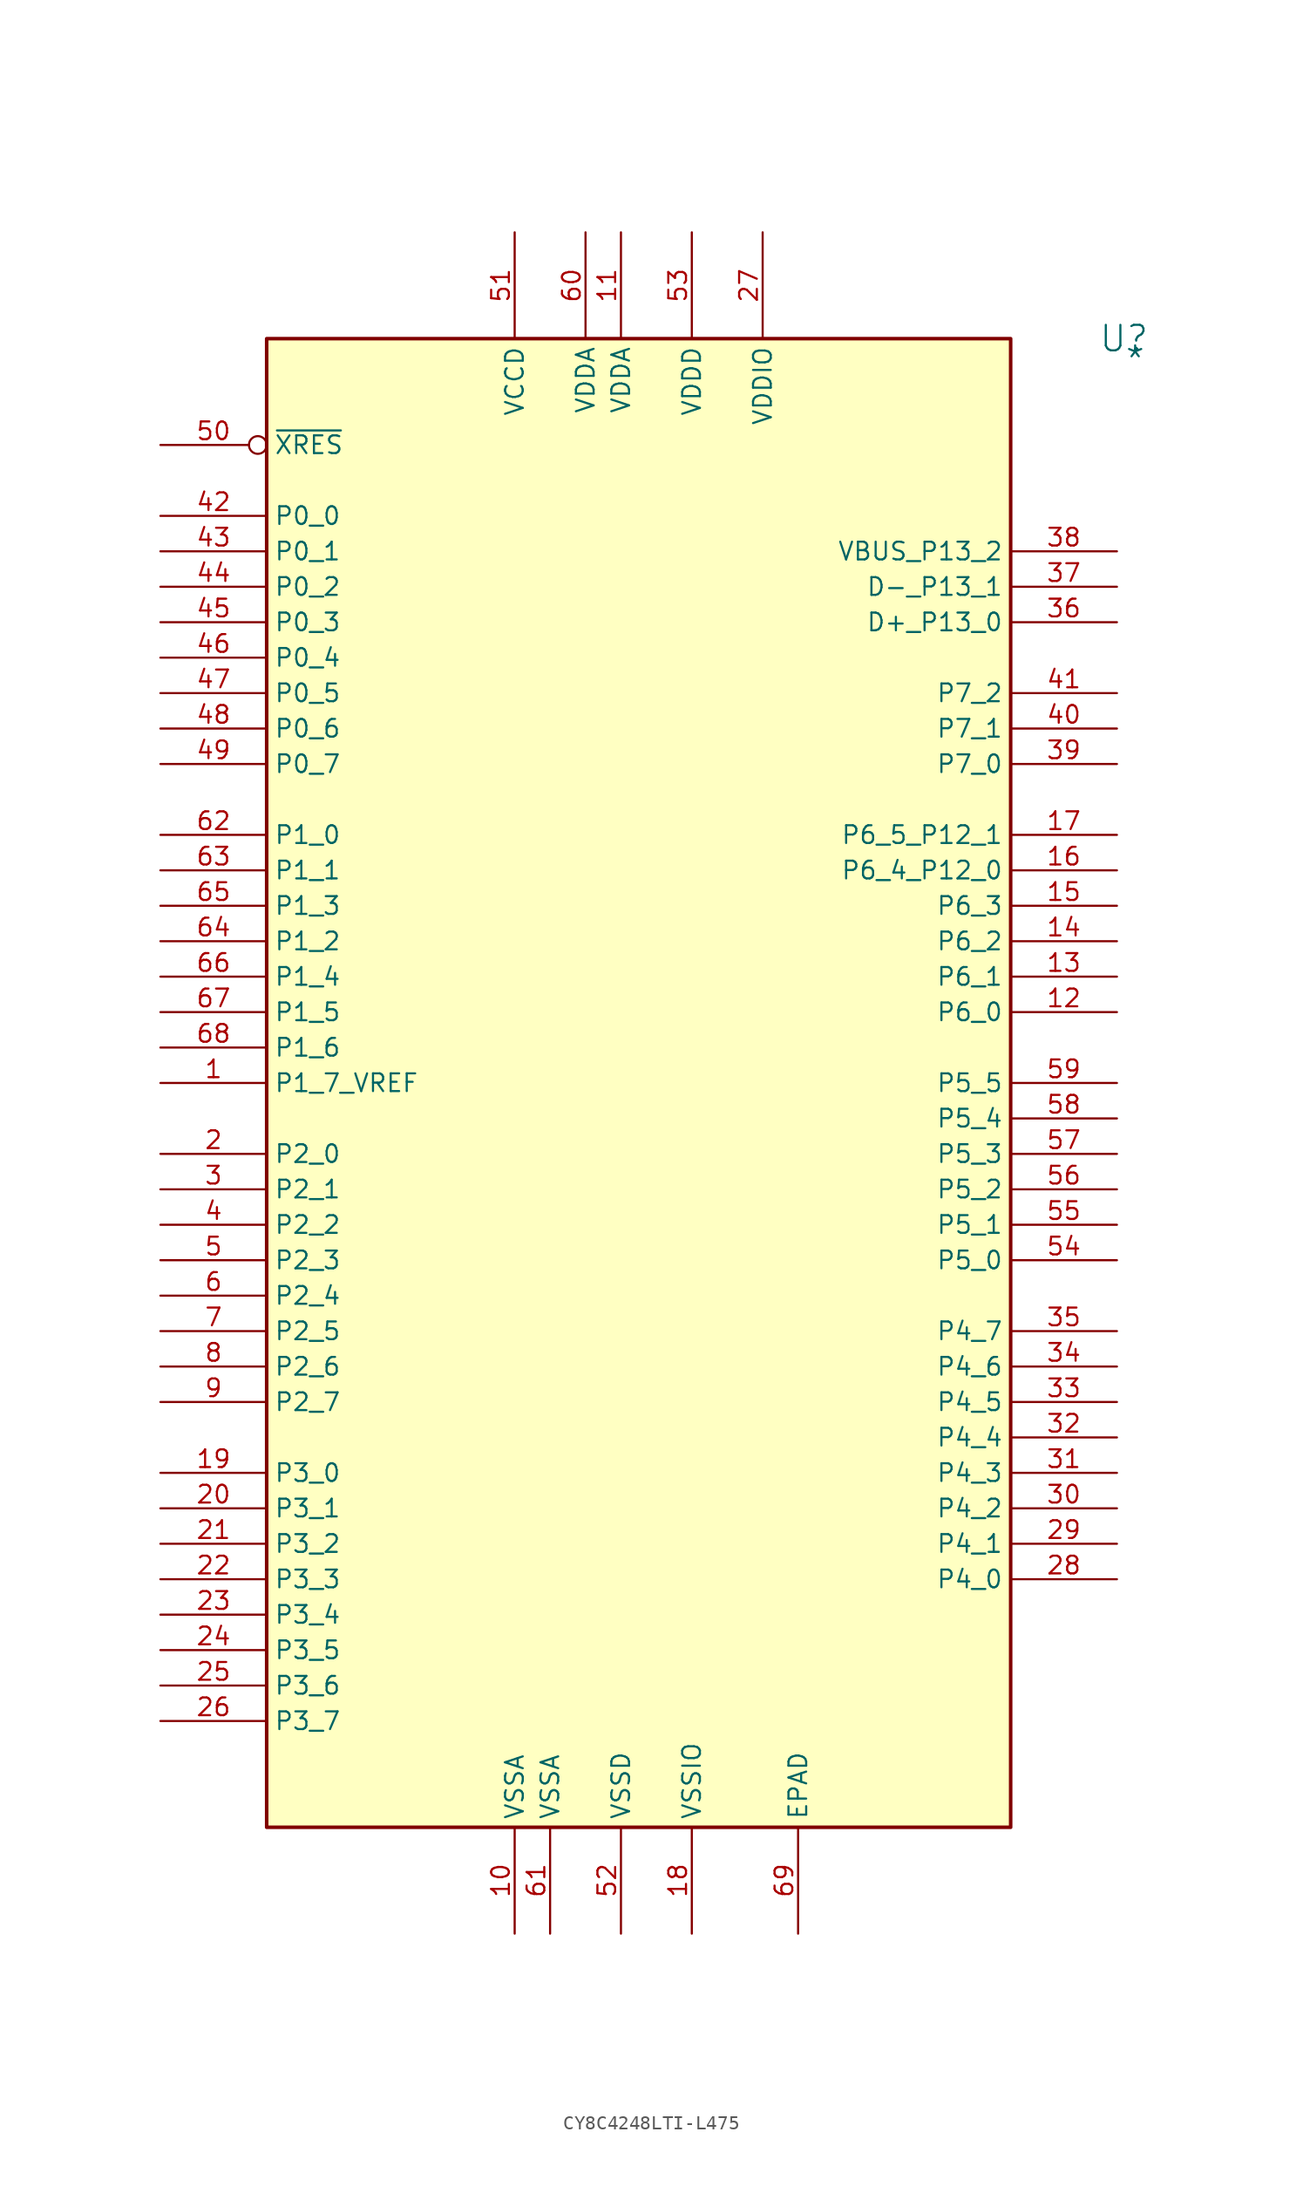
<source format=kicad_sym>
(kicad_symbol_lib
  (version 20231120)
  (generator "kicad_symbol_editor")
  (generator_version "8.0")
  (symbol "CY8C4248LTI-L475"
    (property "Reference" "U"
      (at 61.468 0 0)
      (effects (font (size 1.829 1.829))))
    (property "Value" "*"
      (at 61.468 -2.54 0)
      (effects (font (size 1.829 1.829)) (justify left bottom)))
    (symbol "CY8C4248LTI-L475_1_0"
      (rectangle (start 53.34 0) (end 0 -106.68) (stroke (width 0.254) (type solid) (color 128 0 0 1)) (fill (type background)))
      (pin bidirectional line (at -7.62 -53.34 0) (length 7.62) (name "P1_7_VREF" (effects (font (size 1.27 1.27)))) (number "1" (effects (font (size 1.27 1.27)))))
      (pin power_in line (at 17.78 -114.3 90) (length 7.62) (name "VSSA" (effects (font (size 1.27 1.27)))) (number "10" (effects (font (size 1.27 1.27)))))
      (pin power_in line (at 25.4 7.62 270) (length 7.62) (name "VDDA" (effects (font (size 1.27 1.27)))) (number "11" (effects (font (size 1.27 1.27)))))
      (pin bidirectional line (at 60.96 -48.26 180) (length 7.62) (name "P6_0" (effects (font (size 1.27 1.27)))) (number "12" (effects (font (size 1.27 1.27)))))
      (pin bidirectional line (at 60.96 -45.72 180) (length 7.62) (name "P6_1" (effects (font (size 1.27 1.27)))) (number "13" (effects (font (size 1.27 1.27)))))
      (pin bidirectional line (at 60.96 -43.18 180) (length 7.62) (name "P6_2" (effects (font (size 1.27 1.27)))) (number "14" (effects (font (size 1.27 1.27)))))
      (pin bidirectional line (at 60.96 -40.64 180) (length 7.62) (name "P6_3" (effects (font (size 1.27 1.27)))) (number "15" (effects (font (size 1.27 1.27)))))
      (pin bidirectional line (at 60.96 -38.1 180) (length 7.62) (name "P6_4_P12_0" (effects (font (size 1.27 1.27)))) (number "16" (effects (font (size 1.27 1.27)))))
      (pin bidirectional line (at 60.96 -35.56 180) (length 7.62) (name "P6_5_P12_1" (effects (font (size 1.27 1.27)))) (number "17" (effects (font (size 1.27 1.27)))))
      (pin power_in line (at 30.48 -114.3 90) (length 7.62) (name "VSSIO" (effects (font (size 1.27 1.27)))) (number "18" (effects (font (size 1.27 1.27)))))
      (pin bidirectional line (at -7.62 -81.28 0) (length 7.62) (name "P3_0" (effects (font (size 1.27 1.27)))) (number "19" (effects (font (size 1.27 1.27)))))
      (pin bidirectional line (at -7.62 -58.42 0) (length 7.62) (name "P2_0" (effects (font (size 1.27 1.27)))) (number "2" (effects (font (size 1.27 1.27)))))
      (pin bidirectional line (at -7.62 -83.82 0) (length 7.62) (name "P3_1" (effects (font (size 1.27 1.27)))) (number "20" (effects (font (size 1.27 1.27)))))
      (pin bidirectional line (at -7.62 -86.36 0) (length 7.62) (name "P3_2" (effects (font (size 1.27 1.27)))) (number "21" (effects (font (size 1.27 1.27)))))
      (pin bidirectional line (at -7.62 -88.9 0) (length 7.62) (name "P3_3" (effects (font (size 1.27 1.27)))) (number "22" (effects (font (size 1.27 1.27)))))
      (pin bidirectional line (at -7.62 -91.44 0) (length 7.62) (name "P3_4" (effects (font (size 1.27 1.27)))) (number "23" (effects (font (size 1.27 1.27)))))
      (pin bidirectional line (at -7.62 -93.98 0) (length 7.62) (name "P3_5" (effects (font (size 1.27 1.27)))) (number "24" (effects (font (size 1.27 1.27)))))
      (pin bidirectional line (at -7.62 -96.52 0) (length 7.62) (name "P3_6" (effects (font (size 1.27 1.27)))) (number "25" (effects (font (size 1.27 1.27)))))
      (pin bidirectional line (at -7.62 -99.06 0) (length 7.62) (name "P3_7" (effects (font (size 1.27 1.27)))) (number "26" (effects (font (size 1.27 1.27)))))
      (pin power_in line (at 35.56 7.62 270) (length 7.62) (name "VDDIO" (effects (font (size 1.27 1.27)))) (number "27" (effects (font (size 1.27 1.27)))))
      (pin bidirectional line (at 60.96 -88.9 180) (length 7.62) (name "P4_0" (effects (font (size 1.27 1.27)))) (number "28" (effects (font (size 1.27 1.27)))))
      (pin bidirectional line (at 60.96 -86.36 180) (length 7.62) (name "P4_1" (effects (font (size 1.27 1.27)))) (number "29" (effects (font (size 1.27 1.27)))))
      (pin bidirectional line (at -7.62 -60.96 0) (length 7.62) (name "P2_1" (effects (font (size 1.27 1.27)))) (number "3" (effects (font (size 1.27 1.27)))))
      (pin bidirectional line (at 60.96 -83.82 180) (length 7.62) (name "P4_2" (effects (font (size 1.27 1.27)))) (number "30" (effects (font (size 1.27 1.27)))))
      (pin bidirectional line (at 60.96 -81.28 180) (length 7.62) (name "P4_3" (effects (font (size 1.27 1.27)))) (number "31" (effects (font (size 1.27 1.27)))))
      (pin bidirectional line (at 60.96 -78.74 180) (length 7.62) (name "P4_4" (effects (font (size 1.27 1.27)))) (number "32" (effects (font (size 1.27 1.27)))))
      (pin bidirectional line (at 60.96 -76.2 180) (length 7.62) (name "P4_5" (effects (font (size 1.27 1.27)))) (number "33" (effects (font (size 1.27 1.27)))))
      (pin bidirectional line (at 60.96 -73.66 180) (length 7.62) (name "P4_6" (effects (font (size 1.27 1.27)))) (number "34" (effects (font (size 1.27 1.27)))))
      (pin bidirectional line (at 60.96 -71.12 180) (length 7.62) (name "P4_7" (effects (font (size 1.27 1.27)))) (number "35" (effects (font (size 1.27 1.27)))))
      (pin bidirectional line (at 60.96 -20.32 180) (length 7.62) (name "D+_P13_0" (effects (font (size 1.27 1.27)))) (number "36" (effects (font (size 1.27 1.27)))))
      (pin bidirectional line (at 60.96 -17.78 180) (length 7.62) (name "D-_P13_1" (effects (font (size 1.27 1.27)))) (number "37" (effects (font (size 1.27 1.27)))))
      (pin bidirectional line (at 60.96 -15.24 180) (length 7.62) (name "VBUS_P13_2" (effects (font (size 1.27 1.27)))) (number "38" (effects (font (size 1.27 1.27)))))
      (pin bidirectional line (at 60.96 -30.48 180) (length 7.62) (name "P7_0" (effects (font (size 1.27 1.27)))) (number "39" (effects (font (size 1.27 1.27)))))
      (pin bidirectional line (at -7.62 -63.5 0) (length 7.62) (name "P2_2" (effects (font (size 1.27 1.27)))) (number "4" (effects (font (size 1.27 1.27)))))
      (pin bidirectional line (at 60.96 -27.94 180) (length 7.62) (name "P7_1" (effects (font (size 1.27 1.27)))) (number "40" (effects (font (size 1.27 1.27)))))
      (pin bidirectional line (at 60.96 -25.4 180) (length 7.62) (name "P7_2" (effects (font (size 1.27 1.27)))) (number "41" (effects (font (size 1.27 1.27)))))
      (pin bidirectional line (at -7.62 -12.7 0) (length 7.62) (name "P0_0" (effects (font (size 1.27 1.27)))) (number "42" (effects (font (size 1.27 1.27)))))
      (pin bidirectional line (at -7.62 -15.24 0) (length 7.62) (name "P0_1" (effects (font (size 1.27 1.27)))) (number "43" (effects (font (size 1.27 1.27)))))
      (pin bidirectional line (at -7.62 -17.78 0) (length 7.62) (name "P0_2" (effects (font (size 1.27 1.27)))) (number "44" (effects (font (size 1.27 1.27)))))
      (pin bidirectional line (at -7.62 -20.32 0) (length 7.62) (name "P0_3" (effects (font (size 1.27 1.27)))) (number "45" (effects (font (size 1.27 1.27)))))
      (pin bidirectional line (at -7.62 -22.86 0) (length 7.62) (name "P0_4" (effects (font (size 1.27 1.27)))) (number "46" (effects (font (size 1.27 1.27)))))
      (pin bidirectional line (at -7.62 -25.4 0) (length 7.62) (name "P0_5" (effects (font (size 1.27 1.27)))) (number "47" (effects (font (size 1.27 1.27)))))
      (pin bidirectional line (at -7.62 -27.94 0) (length 7.62) (name "P0_6" (effects (font (size 1.27 1.27)))) (number "48" (effects (font (size 1.27 1.27)))))
      (pin bidirectional line (at -7.62 -30.48 0) (length 7.62) (name "P0_7" (effects (font (size 1.27 1.27)))) (number "49" (effects (font (size 1.27 1.27)))))
      (pin bidirectional line (at -7.62 -66.04 0) (length 7.62) (name "P2_3" (effects (font (size 1.27 1.27)))) (number "5" (effects (font (size 1.27 1.27)))))
      (pin input inverted (at -7.62 -7.62 0) (length 7.62) (name "~{XRES}" (effects (font (size 1.27 1.27)))) (number "50" (effects (font (size 1.27 1.27)))))
      (pin power_in line (at 17.78 7.62 270) (length 7.62) (name "VCCD" (effects (font (size 1.27 1.27)))) (number "51" (effects (font (size 1.27 1.27)))))
      (pin power_in line (at 25.4 -114.3 90) (length 7.62) (name "VSSD" (effects (font (size 1.27 1.27)))) (number "52" (effects (font (size 1.27 1.27)))))
      (pin power_in line (at 30.48 7.62 270) (length 7.62) (name "VDDD" (effects (font (size 1.27 1.27)))) (number "53" (effects (font (size 1.27 1.27)))))
      (pin bidirectional line (at 60.96 -66.04 180) (length 7.62) (name "P5_0" (effects (font (size 1.27 1.27)))) (number "54" (effects (font (size 1.27 1.27)))))
      (pin bidirectional line (at 60.96 -63.5 180) (length 7.62) (name "P5_1" (effects (font (size 1.27 1.27)))) (number "55" (effects (font (size 1.27 1.27)))))
      (pin bidirectional line (at 60.96 -60.96 180) (length 7.62) (name "P5_2" (effects (font (size 1.27 1.27)))) (number "56" (effects (font (size 1.27 1.27)))))
      (pin bidirectional line (at 60.96 -58.42 180) (length 7.62) (name "P5_3" (effects (font (size 1.27 1.27)))) (number "57" (effects (font (size 1.27 1.27)))))
      (pin bidirectional line (at 60.96 -55.88 180) (length 7.62) (name "P5_4" (effects (font (size 1.27 1.27)))) (number "58" (effects (font (size 1.27 1.27)))))
      (pin bidirectional line (at 60.96 -53.34 180) (length 7.62) (name "P5_5" (effects (font (size 1.27 1.27)))) (number "59" (effects (font (size 1.27 1.27)))))
      (pin bidirectional line (at -7.62 -68.58 0) (length 7.62) (name "P2_4" (effects (font (size 1.27 1.27)))) (number "6" (effects (font (size 1.27 1.27)))))
      (pin power_in line (at 22.86 7.62 270) (length 7.62) (name "VDDA" (effects (font (size 1.27 1.27)))) (number "60" (effects (font (size 1.27 1.27)))))
      (pin power_in line (at 20.32 -114.3 90) (length 7.62) (name "VSSA" (effects (font (size 1.27 1.27)))) (number "61" (effects (font (size 1.27 1.27)))))
      (pin bidirectional line (at -7.62 -35.56 0) (length 7.62) (name "P1_0" (effects (font (size 1.27 1.27)))) (number "62" (effects (font (size 1.27 1.27)))))
      (pin bidirectional line (at -7.62 -38.1 0) (length 7.62) (name "P1_1" (effects (font (size 1.27 1.27)))) (number "63" (effects (font (size 1.27 1.27)))))
      (pin bidirectional line (at -7.62 -43.18 0) (length 7.62) (name "P1_2" (effects (font (size 1.27 1.27)))) (number "64" (effects (font (size 1.27 1.27)))))
      (pin bidirectional line (at -7.62 -40.64 0) (length 7.62) (name "P1_3" (effects (font (size 1.27 1.27)))) (number "65" (effects (font (size 1.27 1.27)))))
      (pin bidirectional line (at -7.62 -45.72 0) (length 7.62) (name "P1_4" (effects (font (size 1.27 1.27)))) (number "66" (effects (font (size 1.27 1.27)))))
      (pin bidirectional line (at -7.62 -48.26 0) (length 7.62) (name "P1_5" (effects (font (size 1.27 1.27)))) (number "67" (effects (font (size 1.27 1.27)))))
      (pin bidirectional line (at -7.62 -50.8 0) (length 7.62) (name "P1_6" (effects (font (size 1.27 1.27)))) (number "68" (effects (font (size 1.27 1.27)))))
      (pin power_in line (at 38.1 -114.3 90) (length 7.62) (name "EPAD" (effects (font (size 1.27 1.27)))) (number "69" (effects (font (size 1.27 1.27)))))
      (pin bidirectional line (at -7.62 -71.12 0) (length 7.62) (name "P2_5" (effects (font (size 1.27 1.27)))) (number "7" (effects (font (size 1.27 1.27)))))
      (pin bidirectional line (at -7.62 -73.66 0) (length 7.62) (name "P2_6" (effects (font (size 1.27 1.27)))) (number "8" (effects (font (size 1.27 1.27)))))
      (pin bidirectional line (at -7.62 -76.2 0) (length 7.62) (name "P2_7" (effects (font (size 1.27 1.27)))) (number "9" (effects (font (size 1.27 1.27))))))))
</source>
